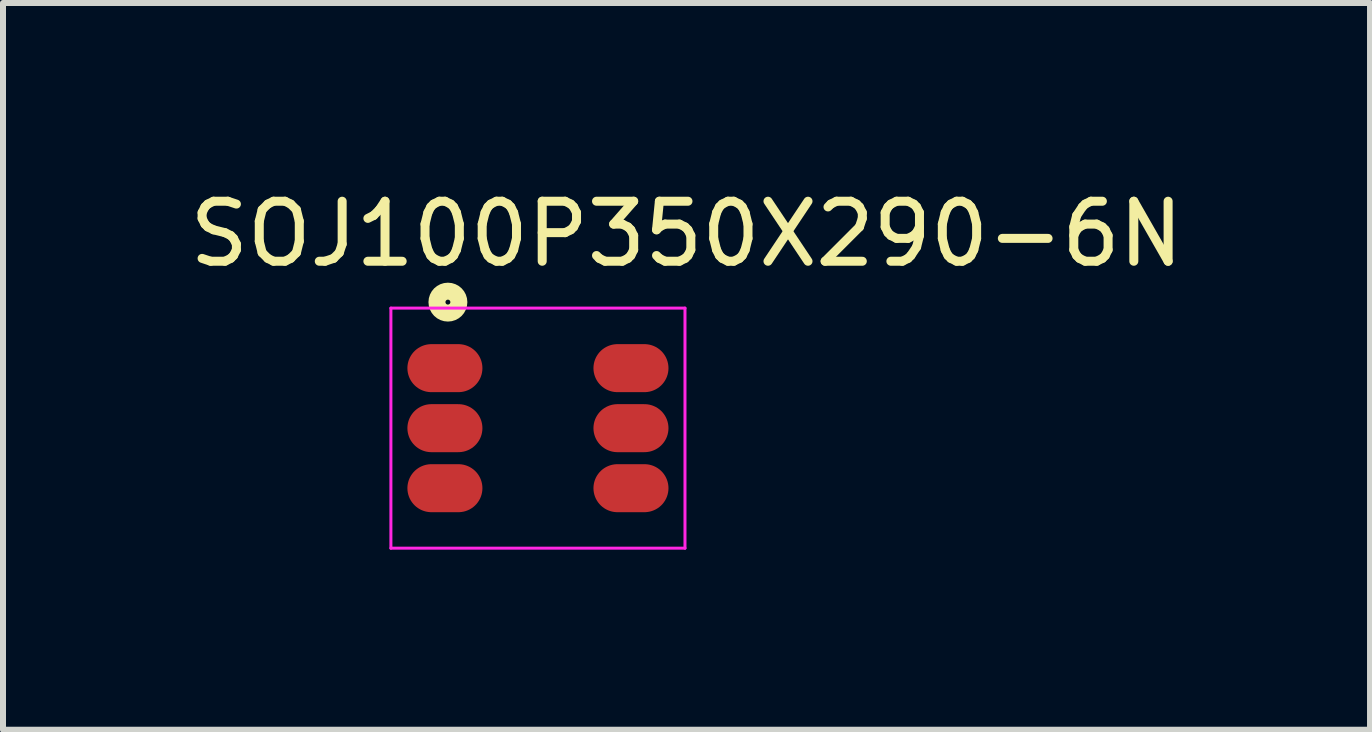
<source format=kicad_pcb>
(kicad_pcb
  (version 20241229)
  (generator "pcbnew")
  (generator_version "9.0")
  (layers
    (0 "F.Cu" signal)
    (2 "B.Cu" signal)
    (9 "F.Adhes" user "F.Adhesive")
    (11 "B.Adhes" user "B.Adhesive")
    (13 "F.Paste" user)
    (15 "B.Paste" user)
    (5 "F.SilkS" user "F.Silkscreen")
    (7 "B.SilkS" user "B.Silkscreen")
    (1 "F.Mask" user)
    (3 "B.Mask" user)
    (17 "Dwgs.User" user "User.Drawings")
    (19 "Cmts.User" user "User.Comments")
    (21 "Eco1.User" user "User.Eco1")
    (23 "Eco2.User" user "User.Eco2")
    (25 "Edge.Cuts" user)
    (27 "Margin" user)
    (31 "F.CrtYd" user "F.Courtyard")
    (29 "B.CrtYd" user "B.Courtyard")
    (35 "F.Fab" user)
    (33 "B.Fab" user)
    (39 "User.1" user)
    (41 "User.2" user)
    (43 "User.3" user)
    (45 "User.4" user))
  (footprint "SOJ100P350X290-6N"
    (layer "F.Cu")
    (at 5.913 4.084)
    (property "Reference" "SOJ100P350X290-6N" (at 2.476 -3.236 0) (layer "F.SilkS") (effects (font (size 1 1) (thickness 0.15))))
    (attr smd)
    (fp_circle (center -1.5 -2.1) (end -1.359 -2.1) (stroke (width 0.2) (type solid)) (fill no) (layer "F.SilkS"))
    (fp_circle (center -1.5 -2.1) (end -1.276 -2.1) (stroke (width 0.2) (type solid)) (fill no) (layer "F.SilkS"))
    (fp_line (start -2.45 -2) (end 2.45 -2) (stroke (width 0.05) (type solid)) (layer "F.CrtYd"))
    (fp_line (start -2.45 2) (end -2.45 -2) (stroke (width 0.05) (type solid)) (layer "F.CrtYd"))
    (fp_line (start 2.45 -2) (end 2.45 2) (stroke (width 0.05) (type solid)) (layer "F.CrtYd"))
    (fp_line (start 2.45 2) (end -2.45 2) (stroke (width 0.05) (type solid)) (layer "F.CrtYd"))
    (pad "1" smd oval (at -1.55 -1) (size 1.25 0.8) (layers "F.Cu" "F.Mask" "F.Paste"))
    (pad "2" smd oval (at -1.55 0) (size 1.25 0.8) (layers "F.Cu" "F.Mask" "F.Paste"))
    (pad "3" smd oval (at -1.55 1) (size 1.25 0.8) (layers "F.Cu" "F.Mask" "F.Paste"))
    (pad "4" smd oval (at 1.55 1) (size 1.25 0.8) (layers "F.Cu" "F.Mask" "F.Paste"))
    (pad "5" smd oval (at 1.55 0) (size 1.25 0.8) (layers "F.Cu" "F.Mask" "F.Paste"))
    (pad "6" smd oval (at 1.55 -1) (size 1.25 0.8) (layers "F.Cu" "F.Mask" "F.Paste")))
  (gr_rect
    (start -3 -3)
    (end 19.777 9.109)
    (stroke (width 0.1) (type default))
    (fill no)
    (layer "Edge.Cuts")))
</source>
